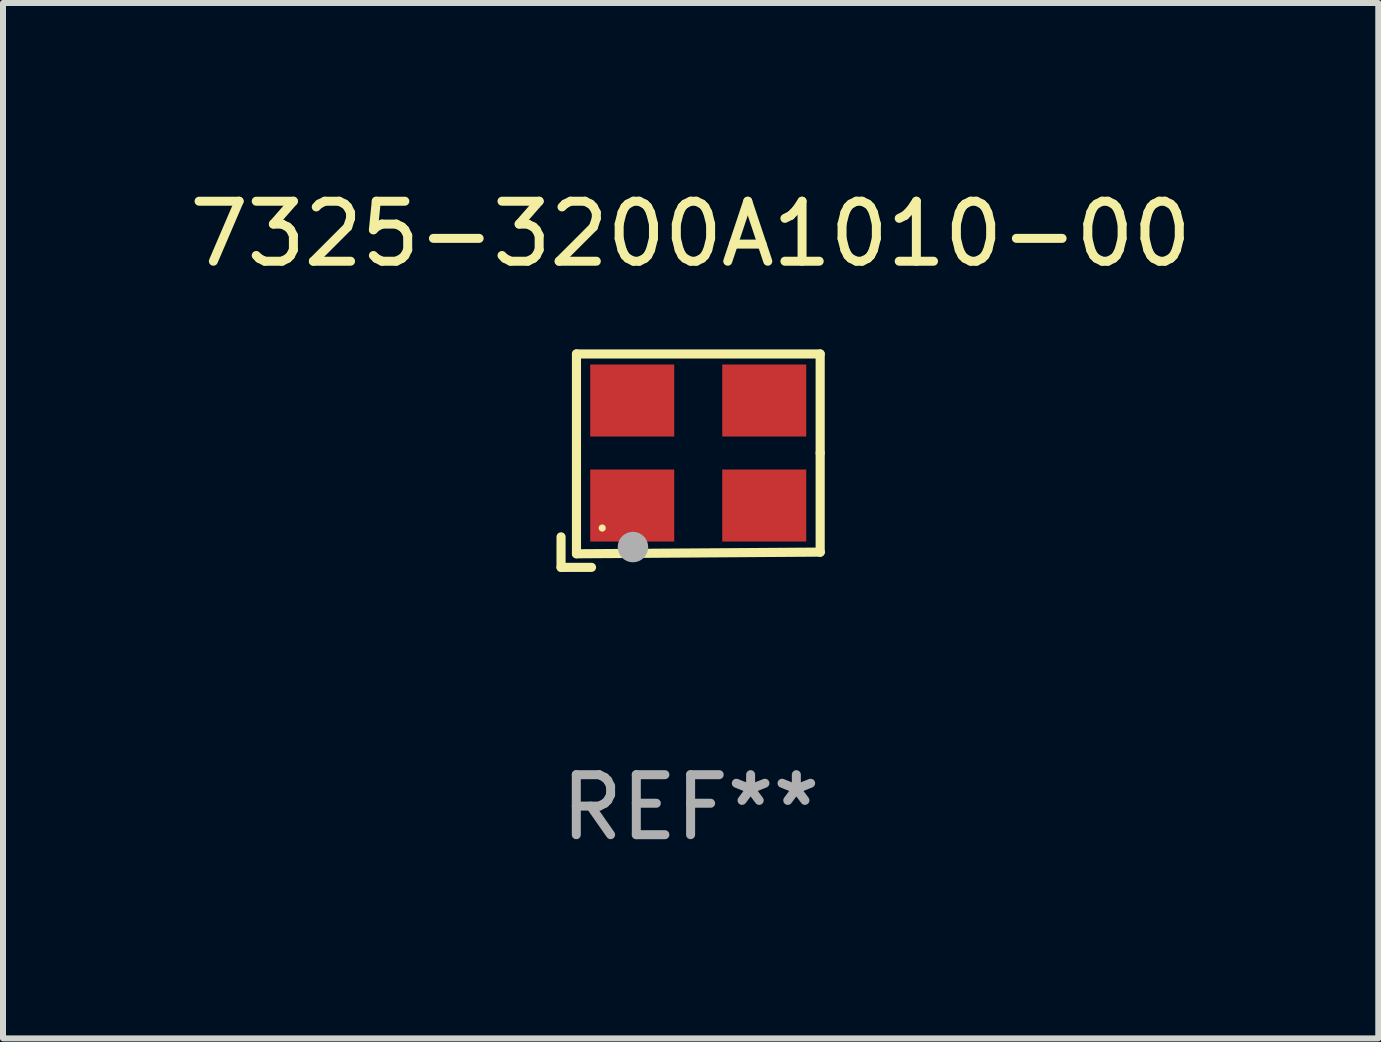
<source format=kicad_pcb>
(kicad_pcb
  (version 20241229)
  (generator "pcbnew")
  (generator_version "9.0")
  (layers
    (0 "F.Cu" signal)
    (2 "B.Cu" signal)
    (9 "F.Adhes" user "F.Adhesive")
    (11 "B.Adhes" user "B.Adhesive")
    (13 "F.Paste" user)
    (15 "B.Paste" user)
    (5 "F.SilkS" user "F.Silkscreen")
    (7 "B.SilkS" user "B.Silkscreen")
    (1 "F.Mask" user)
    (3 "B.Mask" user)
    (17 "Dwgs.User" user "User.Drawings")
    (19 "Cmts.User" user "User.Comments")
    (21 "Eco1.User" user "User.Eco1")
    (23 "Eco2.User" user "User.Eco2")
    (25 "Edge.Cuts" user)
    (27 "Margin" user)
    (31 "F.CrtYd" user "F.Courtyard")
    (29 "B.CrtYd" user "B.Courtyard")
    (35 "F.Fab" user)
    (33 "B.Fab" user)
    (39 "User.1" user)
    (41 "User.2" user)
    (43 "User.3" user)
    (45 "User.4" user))
  (footprint "7325-3200A1010-00"
    (layer "F.Cu")
    (at 8.458 4.626)
    (property "Reference" "7325-3200A1010-00" (at 0 -3.778 0) (layer "F.SilkS") (effects (font (size 1 1) (thickness 0.15))))
    (attr through_hole)
    (fp_line (start -2.159 1.27) (end -2.159 1.778) (stroke (width 0.152) (type solid)) (layer "F.SilkS"))
    (fp_line (start -2.159 1.778) (end -1.651 1.778) (stroke (width 0.152) (type solid)) (layer "F.SilkS"))
    (fp_line (start -1.902 -1.778) (end 2.159 -1.778) (stroke (width 0.152) (type solid)) (layer "F.SilkS"))
    (fp_line (start -1.902 1.552) (end -1.902 -1.778) (stroke (width 0.152) (type solid)) (layer "F.SilkS"))
    (fp_line (start 2.159 -1.778) (end 2.159 -0.127) (stroke (width 0.152) (type solid)) (layer "F.SilkS"))
    (fp_line (start 2.159 -0.127) (end 2.159 1.524) (stroke (width 0.152) (type solid)) (layer "F.SilkS"))
    (fp_line (start 2.159 1.524) (end -1.902 1.552) (stroke (width 0.152) (type solid)) (layer "F.SilkS"))
    (fp_line (start 2.159 1.524) (end 2.159 1.524) (stroke (width 0.152) (type solid)) (layer "F.SilkS"))
    (fp_circle (center -1.473 1.123) (end -1.443 1.123) (stroke (width 0.06) (type solid)) (fill no) (layer "F.SilkS"))
    (fp_circle (center -0.961 1.44) (end -0.834 1.44) (stroke (width 0.254) (type solid)) (fill no) (layer "F.Fab"))
    (fp_text user "REF**" (at 0 5.778 0) (layer "F.Fab") (effects (font (size 1 1) (thickness 0.15))))
    (pad "1" smd rect (at -0.973 0.748) (size 1.4 1.2) (layers "F.Cu" "F.Mask" "F.Paste"))
    (pad "2" smd rect (at 1.227 0.748) (size 1.4 1.2) (layers "F.Cu" "F.Mask" "F.Paste"))
    (pad "3" smd rect (at 1.227 -1.002) (size 1.4 1.2) (layers "F.Cu" "F.Mask" "F.Paste"))
    (pad "4" smd rect (at -0.973 -1.002) (size 1.4 1.2) (layers "F.Cu" "F.Mask" "F.Paste")))
  (gr_rect
    (start -3 -3)
    (end 19.917 14.253)
    (stroke (width 0.1) (type default))
    (fill no)
    (layer "Edge.Cuts")))
</source>
